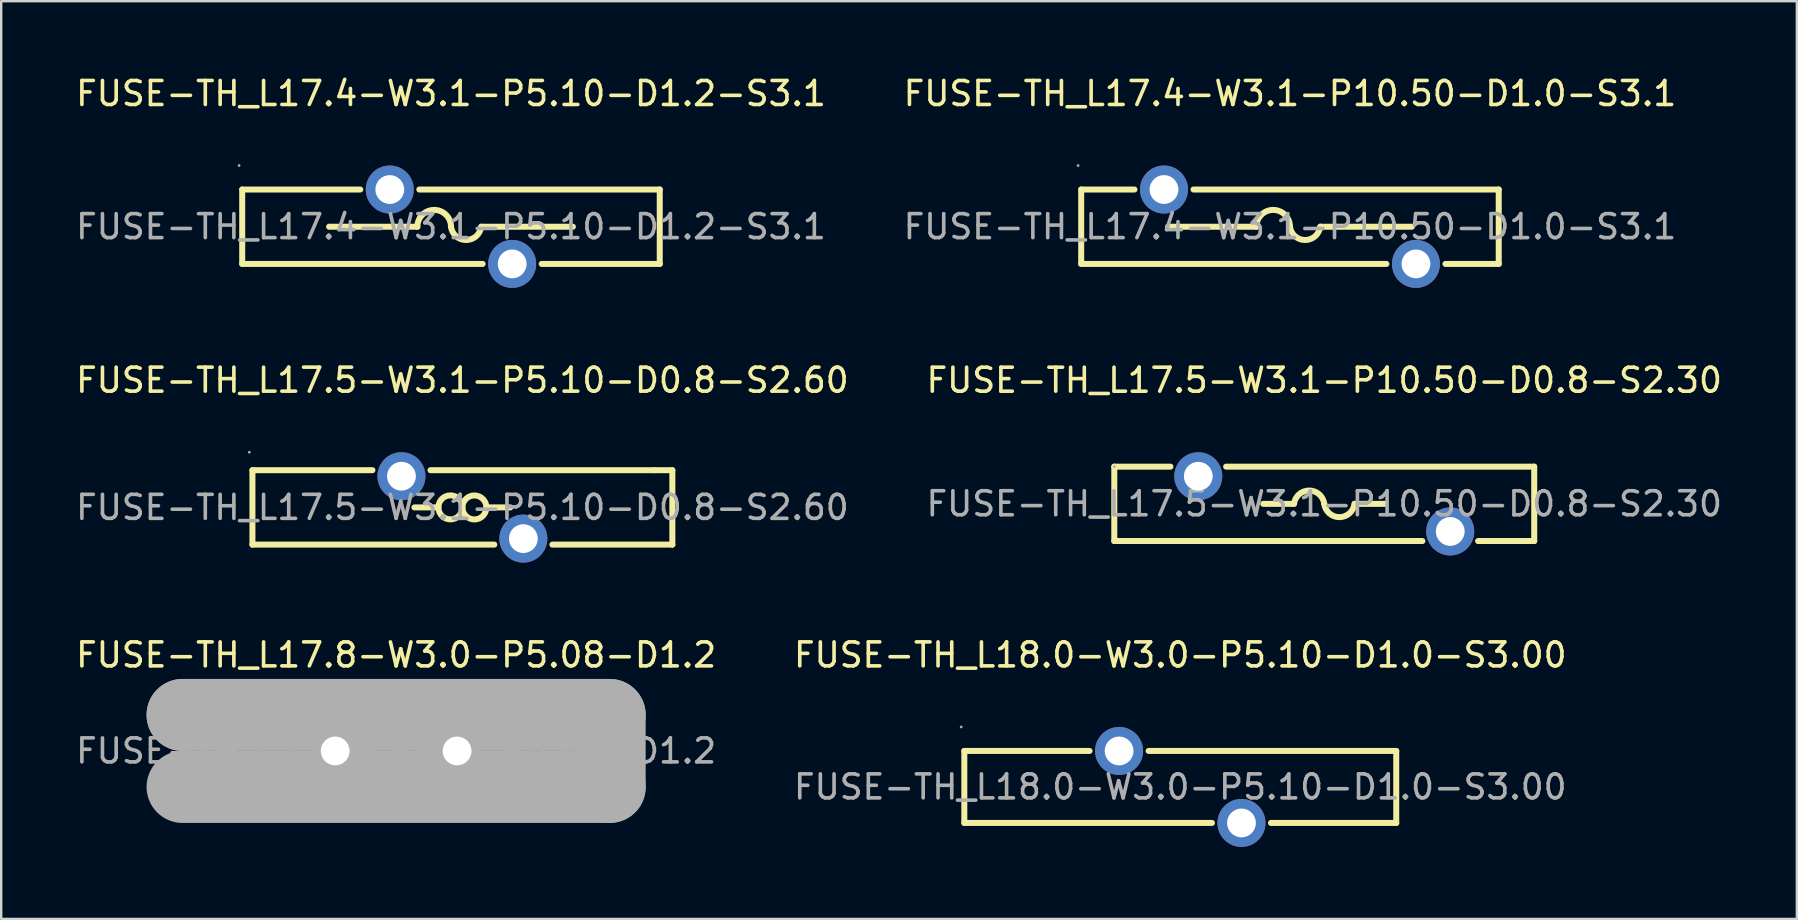
<source format=kicad_pcb>
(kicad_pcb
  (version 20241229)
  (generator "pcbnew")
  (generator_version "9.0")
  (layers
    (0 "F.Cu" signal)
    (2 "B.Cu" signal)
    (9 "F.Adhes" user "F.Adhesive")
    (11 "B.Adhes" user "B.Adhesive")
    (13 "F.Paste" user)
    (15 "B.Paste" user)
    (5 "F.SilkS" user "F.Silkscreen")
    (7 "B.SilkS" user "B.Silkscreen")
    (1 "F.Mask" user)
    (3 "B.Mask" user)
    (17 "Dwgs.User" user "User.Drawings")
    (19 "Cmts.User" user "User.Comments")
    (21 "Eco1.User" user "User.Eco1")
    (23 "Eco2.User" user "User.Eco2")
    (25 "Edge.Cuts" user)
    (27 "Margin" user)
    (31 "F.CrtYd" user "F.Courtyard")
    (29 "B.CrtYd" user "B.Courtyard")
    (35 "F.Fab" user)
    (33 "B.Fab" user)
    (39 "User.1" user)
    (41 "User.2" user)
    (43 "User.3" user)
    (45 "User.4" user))
  (footprint "FUSE-TH_L17.5-W3.1-P10.50-D0.8-S2.30"
    (layer "F.Cu")
    (at 52.137 17.947)
    (property "Reference" "FUSE-TH_L17.5-W3.1-P10.50-D0.8-S2.30" (at 0 -5.15 0) (layer "F.SilkS") (effects (font (size 1 1) (thickness 0.15))))
    (attr through_hole)
    (fp_line (start -8.75 -1.55) (end -6.41 -1.55) (stroke (width 0.25) (type solid)) (layer "F.SilkS"))
    (fp_line (start -8.75 1.55) (end -8.75 -1.55) (stroke (width 0.25) (type solid)) (layer "F.SilkS"))
    (fp_line (start -8.75 1.55) (end 4.09 1.55) (stroke (width 0.25) (type solid)) (layer "F.SilkS"))
    (fp_line (start -4.09 -1.55) (end 8.75 -1.55) (stroke (width 0.25) (type solid)) (layer "F.SilkS"))
    (fp_line (start -2.54 0) (end -1.27 0) (stroke (width 0.25) (type solid)) (layer "F.SilkS"))
    (fp_line (start 2.54 0) (end 1.27 0) (stroke (width 0.25) (type solid)) (layer "F.SilkS"))
    (fp_line (start 6.41 1.55) (end 8.75 1.55) (stroke (width 0.25) (type solid)) (layer "F.SilkS"))
    (fp_line (start 8.75 -1.55) (end 8.75 1.55) (stroke (width 0.25) (type solid)) (layer "F.SilkS"))
    (fp_arc (start -1.260199 0.001582) (mid -0.630797 -0.555059) (end 0 0) (stroke (width 0.25) (type solid)) (layer "F.SilkS"))
    (fp_arc (start 1.260199 -0.001582) (mid 0.630797 0.555059) (end 0 0) (stroke (width 0.25) (type solid)) (layer "F.SilkS"))
    (fp_circle (center -8.75 -1.55) (end -8.72 -1.55) (stroke (width 0.06) (type solid)) (fill no) (layer "F.Fab"))
    (fp_circle (center -5.25 -1.15) (end -5.05 -1.15) (stroke (width 0.4) (type solid)) (fill no) (layer "F.Fab"))
    (fp_circle (center 5.25 1.15) (end 5.45 1.15) (stroke (width 0.4) (type solid)) (fill no) (layer "F.Fab"))
    (fp_text user "${REFERENCE}" (at 0 0 0) (layer "F.Fab") (effects (font (size 1 1) (thickness 0.15))))
    (pad "1" thru_hole circle (at -5.25 -1.15) (size 2 2) (drill 1.2) (layers "*.Cu" "*.Paste" "*.Mask"))
    (pad "2" thru_hole circle (at 5.25 1.15) (size 2 2) (drill 1.2) (layers "*.Cu" "*.Paste" "*.Mask")))
  (footprint "FUSE-TH_L17.5-W3.1-P5.10-D0.8-S2.60"
    (layer "F.Cu")
    (at 16.22 18.096)
    (property "Reference" "FUSE-TH_L17.5-W3.1-P5.10-D0.8-S2.60" (at 0 -5.3 0) (layer "F.SilkS") (effects (font (size 1 1) (thickness 0.15))))
    (attr through_hole)
    (fp_line (start -8.75 -1.55) (end -3.75 -1.55) (stroke (width 0.25) (type solid)) (layer "F.SilkS"))
    (fp_line (start -8.75 1.55) (end -8.75 -1.55) (stroke (width 0.25) (type solid)) (layer "F.SilkS"))
    (fp_line (start -8.75 1.55) (end 1.33 1.55) (stroke (width 0.25) (type solid)) (layer "F.SilkS"))
    (fp_line (start -1.33 -1.55) (end 8 -1.55) (stroke (width 0.25) (type solid)) (layer "F.SilkS"))
    (fp_line (start -1 0) (end -2 0) (stroke (width 0.25) (type solid)) (layer "F.SilkS"))
    (fp_line (start 1 0) (end 2 0) (stroke (width 0.25) (type solid)) (layer "F.SilkS"))
    (fp_line (start 3.75 1.55) (end 8.75 1.55) (stroke (width 0.25) (type solid)) (layer "F.SilkS"))
    (fp_line (start 8 -1.55) (end 8.75 -1.55) (stroke (width 0.25) (type solid)) (layer "F.SilkS"))
    (fp_line (start 8.75 -1.55) (end 8.75 1.55) (stroke (width 0.25) (type solid)) (layer "F.SilkS"))
    (fp_arc (start -0.000076 0.008726) (mid -0.999981 -0.004363) (end 0 0) (stroke (width 0.25) (type solid)) (layer "F.SilkS"))
    (fp_arc (start 0.000076 -0.008726) (mid 0.999981 0.004363) (end 0 0) (stroke (width 0.25) (type solid)) (layer "F.SilkS"))
    (fp_circle (center -8.88 -2.3) (end -8.85 -2.3) (stroke (width 0.06) (type solid)) (fill no) (layer "F.Fab"))
    (fp_circle (center -2.54 -1.3) (end -2.29 -1.3) (stroke (width 0.5) (type solid)) (fill no) (layer "F.Fab"))
    (fp_circle (center 2.54 1.3) (end 2.79 1.3) (stroke (width 0.5) (type solid)) (fill no) (layer "F.Fab"))
    (fp_text user "${REFERENCE}" (at 0 0 0) (layer "F.Fab") (effects (font (size 1 1) (thickness 0.15))))
    (pad "1" thru_hole circle (at -2.54 -1.3) (size 2 2) (drill 1.2) (layers "*.Cu" "*.Paste" "*.Mask"))
    (pad "2" thru_hole circle (at 2.54 1.3) (size 2 2) (drill 1.2) (layers "*.Cu" "*.Paste" "*.Mask")))
  (footprint "FUSE-TH_L17.4-W3.1-P5.10-D1.2-S3.1"
    (layer "F.Cu")
    (at 15.744 6.398)
    (property "Reference" "FUSE-TH_L17.4-W3.1-P5.10-D1.2-S3.1" (at 0 -5.55 0) (layer "F.SilkS") (effects (font (size 1 1) (thickness 0.15))))
    (attr through_hole)
    (fp_line (start -8.7 -1.55) (end -8.7 1.55) (stroke (width 0.25) (type solid)) (layer "F.SilkS"))
    (fp_line (start -8.7 -1.55) (end -3.78 -1.55) (stroke (width 0.25) (type solid)) (layer "F.SilkS"))
    (fp_line (start -5.08 0) (end -1.4 0) (stroke (width 0.25) (type solid)) (layer "F.SilkS"))
    (fp_line (start -1.32 -1.55) (end 8.7 -1.55) (stroke (width 0.25) (type solid)) (layer "F.SilkS"))
    (fp_line (start 1.32 1.55) (end -8.7 1.55) (stroke (width 0.25) (type solid)) (layer "F.SilkS"))
    (fp_line (start 5.08 0) (end 1.27 0) (stroke (width 0.25) (type solid)) (layer "F.SilkS"))
    (fp_line (start 8.7 -1.55) (end 8.7 1.55) (stroke (width 0.25) (type solid)) (layer "F.SilkS"))
    (fp_line (start 8.7 1.55) (end 3.78 1.55) (stroke (width 0.25) (type solid)) (layer "F.SilkS"))
    (fp_arc (start -1.4 0) (mid -0.7 -0.7) (end 0 0) (stroke (width 0.25) (type solid)) (layer "F.SilkS"))
    (fp_arc (start 1.260199 -0.001582) (mid 0.630797 0.555059) (end 0 0) (stroke (width 0.25) (type solid)) (layer "F.SilkS"))
    (fp_circle (center -8.83 -2.55) (end -8.8 -2.55) (stroke (width 0.06) (type solid)) (fill no) (layer "F.Fab"))
    (fp_circle (center -2.55 -1.55) (end -2.3 -1.55) (stroke (width 0.5) (type solid)) (fill no) (layer "F.Fab"))
    (fp_circle (center 2.55 1.55) (end 2.8 1.55) (stroke (width 0.5) (type solid)) (fill no) (layer "F.Fab"))
    (fp_text user "${REFERENCE}" (at 0 0 0) (layer "F.Fab") (effects (font (size 1 1) (thickness 0.15))))
    (pad "1" thru_hole circle (at -2.55 -1.55) (size 2 2) (drill 1.2) (layers "*.Cu" "*.Paste" "*.Mask"))
    (pad "2" thru_hole circle (at 2.55 1.55) (size 2 2) (drill 1.2) (layers "*.Cu" "*.Paste" "*.Mask")))
  (footprint "FUSE-TH_L17.4-W3.1-P10.50-D1.0-S3.1"
    (layer "F.Cu")
    (at 50.708 6.398)
    (property "Reference" "FUSE-TH_L17.4-W3.1-P10.50-D1.0-S3.1" (at 0 -5.55 0) (layer "F.SilkS") (effects (font (size 1 1) (thickness 0.15))))
    (attr through_hole)
    (fp_line (start -8.7 -1.55) (end -8.7 1.55) (stroke (width 0.25) (type solid)) (layer "F.SilkS"))
    (fp_line (start -8.7 -1.55) (end -6.48 -1.55) (stroke (width 0.25) (type solid)) (layer "F.SilkS"))
    (fp_line (start -8.7 1.55) (end 4.02 1.55) (stroke (width 0.25) (type solid)) (layer "F.SilkS"))
    (fp_line (start -5.08 0) (end -1.4 0) (stroke (width 0.25) (type solid)) (layer "F.SilkS"))
    (fp_line (start -4.02 -1.55) (end 8.7 -1.55) (stroke (width 0.25) (type solid)) (layer "F.SilkS"))
    (fp_line (start 5.08 0) (end 1.27 0) (stroke (width 0.25) (type solid)) (layer "F.SilkS"))
    (fp_line (start 6.48 1.55) (end 8.7 1.55) (stroke (width 0.25) (type solid)) (layer "F.SilkS"))
    (fp_line (start 8.7 -1.55) (end 8.7 1.55) (stroke (width 0.25) (type solid)) (layer "F.SilkS"))
    (fp_arc (start -1.4 0) (mid -0.7 -0.7) (end 0 0) (stroke (width 0.25) (type solid)) (layer "F.SilkS"))
    (fp_arc (start 1.260199 -0.001582) (mid 0.630797 0.555059) (end 0 0) (stroke (width 0.25) (type solid)) (layer "F.SilkS"))
    (fp_circle (center -8.83 -2.55) (end -8.8 -2.55) (stroke (width 0.06) (type solid)) (fill no) (layer "F.Fab"))
    (fp_circle (center -5.25 -1.55) (end -5 -1.55) (stroke (width 0.5) (type solid)) (fill no) (layer "F.Fab"))
    (fp_circle (center 5.25 1.55) (end 5.5 1.55) (stroke (width 0.5) (type solid)) (fill no) (layer "F.Fab"))
    (fp_text user "${REFERENCE}" (at 0 0 0) (layer "F.Fab") (effects (font (size 1 1) (thickness 0.15))))
    (pad "1" thru_hole circle (at -5.25 -1.55) (size 2 2) (drill 1.2) (layers "*.Cu" "*.Paste" "*.Mask"))
    (pad "2" thru_hole circle (at 5.25 1.55) (size 2 2) (drill 1.2) (layers "*.Cu" "*.Paste" "*.Mask")))
  (footprint "FUSE-TH_L17.8-W3.0-P5.08-D1.2"
    (layer "F.Cu")
    (at 13.458 28.245)
    (property "Reference" "FUSE-TH_L17.8-W3.0-P5.08-D1.2" (at 0 -4 0) (layer "F.SilkS") (effects (font (size 1 1) (thickness 0.15))))
    (attr through_hole)
    (fp_line (start -1 0) (end -2 0) (stroke (width 0.25) (type solid)) (layer "F.SilkS"))
    (fp_line (start 1 0) (end 2 0) (stroke (width 0.25) (type solid)) (layer "F.SilkS"))
    (fp_arc (start -0.000076 0.008726) (mid -0.999981 -0.004363) (end 0 0) (stroke (width 0.25) (type solid)) (layer "F.SilkS"))
    (fp_arc (start 0.000076 -0.008726) (mid 0.999981 0.004363) (end 0 0) (stroke (width 0.25) (type solid)) (layer "F.SilkS"))
    (fp_line (start -8.9 -1.5) (end -8.9 -1.5) (stroke (width 3) (type solid)) (layer "F.Fab"))
    (fp_line (start -8.9 -1.5) (end 8.9 -1.5) (stroke (width 3) (type solid)) (layer "F.Fab"))
    (fp_line (start 8.9 -1.5) (end 8.9 1.5) (stroke (width 3) (type solid)) (layer "F.Fab"))
    (fp_line (start 8.9 1.5) (end -8.9 1.5) (stroke (width 3) (type solid)) (layer "F.Fab"))
    (fp_circle (center -9.03 1.63) (end -9 1.63) (stroke (width 0.06) (type solid)) (fill no) (layer "F.Fab"))
    (fp_circle (center -2.54 0) (end -2.29 0) (stroke (width 0.5) (type solid)) (fill no) (layer "F.Fab"))
    (fp_circle (center 2.54 0) (end 2.79 0) (stroke (width 0.5) (type solid)) (fill no) (layer "F.Fab"))
    (fp_text user "${REFERENCE}" (at 0 0 0) (layer "F.Fab") (effects (font (size 1 1) (thickness 0.15))))
    (pad "1" thru_hole circle (at -2.54 0) (size 2 2) (drill 1.2) (layers "*.Cu" "*.Paste" "*.Mask"))
    (pad "2" thru_hole circle (at 2.54 0) (size 2 2) (drill 1.2) (layers "*.Cu" "*.Paste" "*.Mask")))
  (footprint "FUSE-TH_L18.0-W3.0-P5.10-D1.0-S3.00"
    (layer "F.Cu")
    (at 46.137 29.745)
    (property "Reference" "FUSE-TH_L18.0-W3.0-P5.10-D1.0-S3.00" (at 0 -5.5 0) (layer "F.SilkS") (effects (font (size 1 1) (thickness 0.15))))
    (attr through_hole)
    (fp_line (start -9 -1.5) (end -3.78 -1.5) (stroke (width 0.25) (type solid)) (layer "F.SilkS"))
    (fp_line (start -9 1.5) (end -9 -1.5) (stroke (width 0.25) (type solid)) (layer "F.SilkS"))
    (fp_line (start -9 1.5) (end 1.32 1.5) (stroke (width 0.25) (type solid)) (layer "F.SilkS"))
    (fp_line (start -1.32 -1.5) (end 9 -1.5) (stroke (width 0.25) (type solid)) (layer "F.SilkS"))
    (fp_line (start 3.78 1.5) (end 9 1.5) (stroke (width 0.25) (type solid)) (layer "F.SilkS"))
    (fp_line (start 9 -1.5) (end 9 1.5) (stroke (width 0.25) (type solid)) (layer "F.SilkS"))
    (fp_circle (center -9.13 -2.5) (end -9.1 -2.5) (stroke (width 0.06) (type solid)) (fill no) (layer "F.Fab"))
    (fp_circle (center -2.55 -1.5) (end -2.3 -1.5) (stroke (width 0.5) (type solid)) (fill no) (layer "F.Fab"))
    (fp_circle (center 2.55 1.5) (end 2.8 1.5) (stroke (width 0.5) (type solid)) (fill no) (layer "F.Fab"))
    (fp_text user "${REFERENCE}" (at 0 0 0) (layer "F.Fab") (effects (font (size 1 1) (thickness 0.15))))
    (pad "1" thru_hole circle (at -2.55 -1.5) (size 2 2) (drill 1.2) (layers "*.Cu" "*.Paste" "*.Mask"))
    (pad "2" thru_hole circle (at 2.55 1.5) (size 2 2) (drill 1.2) (layers "*.Cu" "*.Paste" "*.Mask")))
  (gr_rect
    (start -3 -3)
    (end 71.833 35.245)
    (stroke (width 0.1) (type default))
    (fill no)
    (layer "Edge.Cuts")))
</source>
